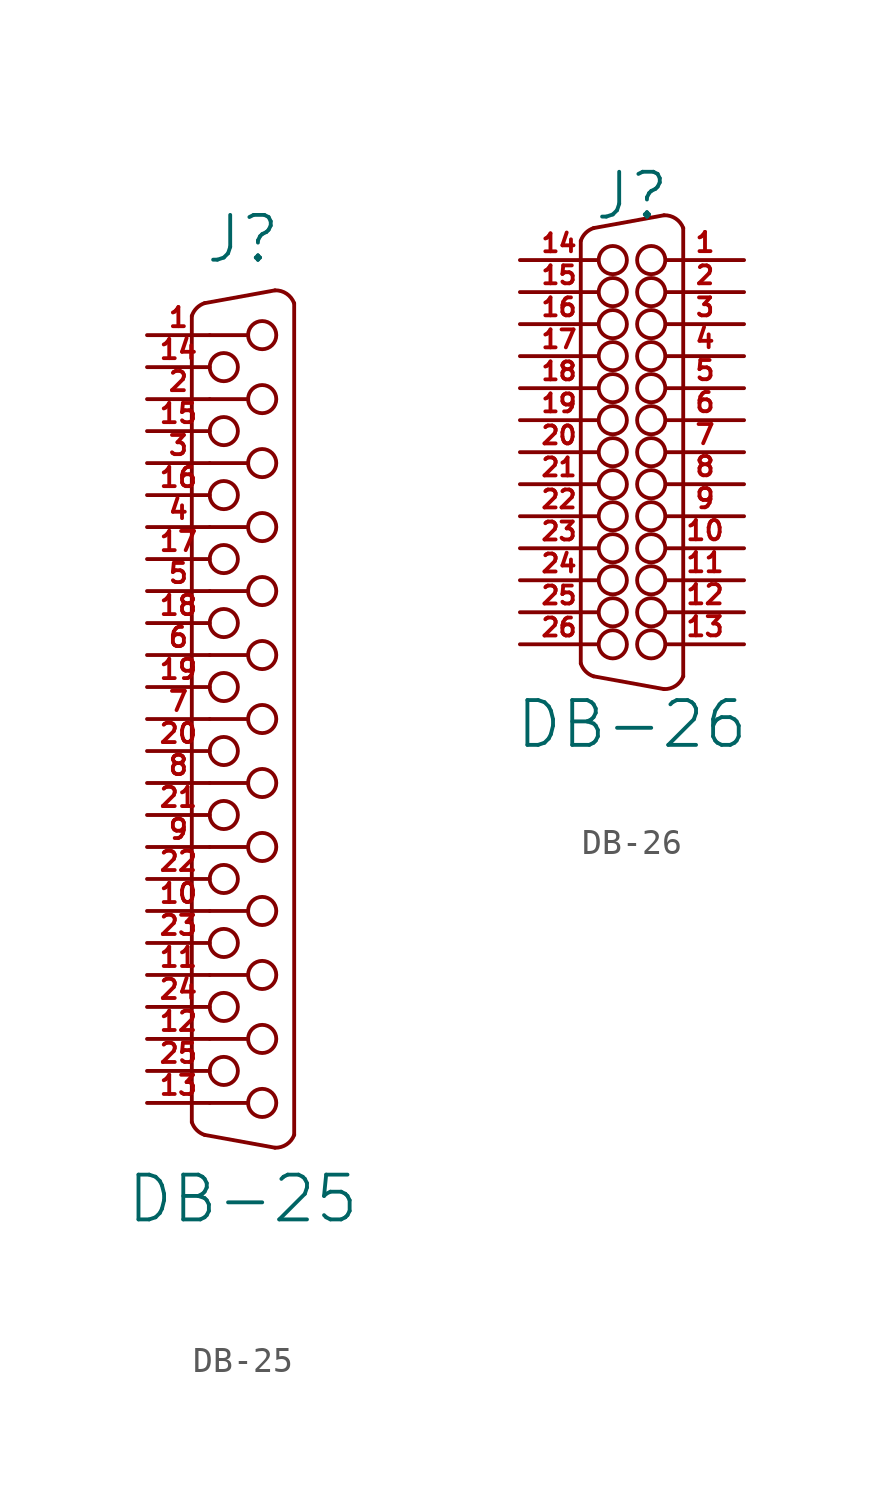
<source format=kicad_sym>
(kicad_symbol_lib
  (version 20201005)
  (generator kicad_symbol_editor)
  (symbol "DB-25"
    (pin_names
      (offset 1.016) hide)
    (property "Reference" "J"
      (at 0 19.05 0)
      (effects (font (size 1.778 1.778))))
    (property "Value" "DB-25"
      (at 0 -19.05 0)
      (effects (font (size 1.778 1.778))))
    (property "Footprint" ""
      (at 0 0 0)
      (effects (font (size 1.524 1.524))))
    (property "Datasheet" ""
      (at 0 0 0)
      (effects (font (size 1.524 1.524))))
    (symbol "DB-25_0_1"
      (arc (start -2.032 -16.002) (end -1.524 -16.51) (radius (at -1.27 -15.748) (length 0.7874) (angles -161.5 -108.4)) (stroke (width 0)) (fill (type none)))
      (arc (start -2.032 16.002) (end -1.524 16.51) (radius (at -1.27 15.748) (length 0.7874) (angles 161.5 108.4)) (stroke (width 0)) (fill (type none)))
      (arc (start 1.27 -17.018) (end 2.032 -16.51) (radius (at 1.2954 -16.2306) (length 0.7874) (angles -91.8 -20.7)) (stroke (width 0)) (fill (type none)))
      (arc (start 2.032 16.51) (end 1.27 17.018) (radius (at 1.2954 16.2306) (length 0.7874) (angles 20.7 91.8)) (stroke (width 0)) (fill (type none)))
      (circle (center -0.762 -13.97) (radius 0.559) (stroke (width 0)) (fill (type none)))
      (circle (center -0.762 -11.43) (radius 0.559) (stroke (width 0)) (fill (type none)))
      (circle (center -0.762 -8.89) (radius 0.559) (stroke (width 0)) (fill (type none)))
      (circle (center -0.762 -6.35) (radius 0.559) (stroke (width 0)) (fill (type none)))
      (circle (center -0.762 -3.81) (radius 0.559) (stroke (width 0)) (fill (type none)))
      (circle (center -0.762 -1.27) (radius 0.559) (stroke (width 0)) (fill (type none)))
      (circle (center -0.762 1.27) (radius 0.559) (stroke (width 0)) (fill (type none)))
      (circle (center -0.762 3.81) (radius 0.559) (stroke (width 0)) (fill (type none)))
      (circle (center -0.762 6.35) (radius 0.559) (stroke (width 0)) (fill (type none)))
      (circle (center -0.762 8.89) (radius 0.559) (stroke (width 0)) (fill (type none)))
      (circle (center -0.762 11.43) (radius 0.559) (stroke (width 0)) (fill (type none)))
      (circle (center -0.762 13.97) (radius 0.559) (stroke (width 0)) (fill (type none)))
      (circle (center 0.762 -15.24) (radius 0.559) (stroke (width 0)) (fill (type none)))
      (circle (center 0.762 -12.7) (radius 0.559) (stroke (width 0)) (fill (type none)))
      (circle (center 0.762 -10.16) (radius 0.559) (stroke (width 0)) (fill (type none)))
      (circle (center 0.762 -7.62) (radius 0.559) (stroke (width 0)) (fill (type none)))
      (circle (center 0.762 -5.08) (radius 0.559) (stroke (width 0)) (fill (type none)))
      (circle (center 0.762 -2.54) (radius 0.559) (stroke (width 0)) (fill (type none)))
      (circle (center 0.762 0) (radius 0.559) (stroke (width 0)) (fill (type none)))
      (circle (center 0.762 2.54) (radius 0.559) (stroke (width 0)) (fill (type none)))
      (circle (center 0.762 5.08) (radius 0.559) (stroke (width 0)) (fill (type none)))
      (circle (center 0.762 7.62) (radius 0.559) (stroke (width 0)) (fill (type none)))
      (circle (center 0.762 10.16) (radius 0.559) (stroke (width 0)) (fill (type none)))
      (circle (center 0.762 12.7) (radius 0.559) (stroke (width 0)) (fill (type none)))
      (circle (center 0.762 15.24) (radius 0.559) (stroke (width 0)) (fill (type none)))
      (polyline (pts (xy -1.321 -15.24) (xy 0.203 -15.24)) (stroke (width 0)) (fill (type none)))
      (polyline (pts (xy -1.321 -12.7) (xy 0.203 -12.7)) (stroke (width 0)) (fill (type none)))
      (polyline (pts (xy -1.321 -10.16) (xy 0.203 -10.16)) (stroke (width 0)) (fill (type none)))
      (polyline (pts (xy -1.321 -7.62) (xy 0.203 -7.62)) (stroke (width 0)) (fill (type none)))
      (polyline (pts (xy -1.321 -5.08) (xy 0.203 -5.08)) (stroke (width 0)) (fill (type none)))
      (polyline (pts (xy -1.321 -2.54) (xy 0.203 -2.54)) (stroke (width 0)) (fill (type none)))
      (polyline (pts (xy -1.321 0) (xy 0.203 0)) (stroke (width 0)) (fill (type none)))
      (polyline (pts (xy -1.321 2.54) (xy 0.203 2.54)) (stroke (width 0)) (fill (type none)))
      (polyline (pts (xy -1.321 5.08) (xy 0.203 5.08)) (stroke (width 0)) (fill (type none)))
      (polyline (pts (xy -1.321 7.62) (xy 0.203 7.62)) (stroke (width 0)) (fill (type none)))
      (polyline (pts (xy -1.321 10.16) (xy 0.203 10.16)) (stroke (width 0)) (fill (type none)))
      (polyline (pts (xy -1.321 12.7) (xy 0.203 12.7)) (stroke (width 0)) (fill (type none)))
      (polyline (pts (xy -1.321 15.24) (xy 0.203 15.24)) (stroke (width 0)) (fill (type none)))
      (polyline (pts (xy -2.032 16.002) (xy -2.032 -16.002) (xy -2.032 -16.002)) (stroke (width 0)) (fill (type none)))
      (polyline (pts (xy -1.524 -16.51) (xy 1.27 -17.018) (xy 1.27 -17.018)) (stroke (width 0)) (fill (type none)))
      (polyline (pts (xy -1.524 16.51) (xy 1.27 17.018) (xy 1.27 17.018)) (stroke (width 0)) (fill (type none)))
      (polyline (pts (xy 2.032 -16.51) (xy 2.032 16.51) (xy 2.032 16.51)) (stroke (width 0)) (fill (type none))))
    (symbol "DB-25_1_1"
      (pin passive line (at -3.81 15.24 0) (length 2.489) (name "~" (effects (font (size 0.762 0.762)))) (number "1" (effects (font (size 0.762 0.762)))))
      (pin passive line (at -3.81 -7.62 0) (length 2.489) (name "~" (effects (font (size 0.762 0.762)))) (number "10" (effects (font (size 0.762 0.762)))))
      (pin passive line (at -3.81 -10.16 0) (length 2.489) (name "~" (effects (font (size 0.762 0.762)))) (number "11" (effects (font (size 0.762 0.762)))))
      (pin passive line (at -3.81 -12.7 0) (length 2.489) (name "~" (effects (font (size 0.762 0.762)))) (number "12" (effects (font (size 0.762 0.762)))))
      (pin passive line (at -3.81 -15.24 0) (length 2.489) (name "~" (effects (font (size 0.762 0.762)))) (number "13" (effects (font (size 0.762 0.762)))))
      (pin passive line (at -3.81 13.97 0) (length 2.489) (name "~" (effects (font (size 0.762 0.762)))) (number "14" (effects (font (size 0.762 0.762)))))
      (pin passive line (at -3.81 11.43 0) (length 2.489) (name "~" (effects (font (size 0.762 0.762)))) (number "15" (effects (font (size 0.762 0.762)))))
      (pin passive line (at -3.81 8.89 0) (length 2.489) (name "~" (effects (font (size 0.762 0.762)))) (number "16" (effects (font (size 0.762 0.762)))))
      (pin passive line (at -3.81 6.35 0) (length 2.489) (name "~" (effects (font (size 0.762 0.762)))) (number "17" (effects (font (size 0.762 0.762)))))
      (pin passive line (at -3.81 3.81 0) (length 2.489) (name "~" (effects (font (size 0.762 0.762)))) (number "18" (effects (font (size 0.762 0.762)))))
      (pin passive line (at -3.81 1.27 0) (length 2.489) (name "~" (effects (font (size 0.762 0.762)))) (number "19" (effects (font (size 0.762 0.762)))))
      (pin passive line (at -3.81 12.7 0) (length 2.489) (name "~" (effects (font (size 0.762 0.762)))) (number "2" (effects (font (size 0.762 0.762)))))
      (pin passive line (at -3.81 -1.27 0) (length 2.489) (name "~" (effects (font (size 0.762 0.762)))) (number "20" (effects (font (size 0.762 0.762)))))
      (pin passive line (at -3.81 -3.81 0) (length 2.489) (name "~" (effects (font (size 0.762 0.762)))) (number "21" (effects (font (size 0.762 0.762)))))
      (pin passive line (at -3.81 -6.35 0) (length 2.489) (name "~" (effects (font (size 0.762 0.762)))) (number "22" (effects (font (size 0.762 0.762)))))
      (pin passive line (at -3.81 -8.89 0) (length 2.489) (name "~" (effects (font (size 0.762 0.762)))) (number "23" (effects (font (size 0.762 0.762)))))
      (pin passive line (at -3.81 -11.43 0) (length 2.489) (name "~" (effects (font (size 0.762 0.762)))) (number "24" (effects (font (size 0.762 0.762)))))
      (pin passive line (at -3.81 -13.97 0) (length 2.489) (name "~" (effects (font (size 0.762 0.762)))) (number "25" (effects (font (size 0.762 0.762)))))
      (pin passive line (at -3.81 10.16 0) (length 2.489) (name "~" (effects (font (size 0.762 0.762)))) (number "3" (effects (font (size 0.762 0.762)))))
      (pin passive line (at -3.81 7.62 0) (length 2.489) (name "~" (effects (font (size 0.762 0.762)))) (number "4" (effects (font (size 0.762 0.762)))))
      (pin passive line (at -3.81 5.08 0) (length 2.489) (name "~" (effects (font (size 0.762 0.762)))) (number "5" (effects (font (size 0.762 0.762)))))
      (pin passive line (at -3.81 2.54 0) (length 2.489) (name "~" (effects (font (size 0.762 0.762)))) (number "6" (effects (font (size 0.762 0.762)))))
      (pin passive line (at -3.81 0 0) (length 2.489) (name "~" (effects (font (size 0.762 0.762)))) (number "7" (effects (font (size 0.762 0.762)))))
      (pin passive line (at -3.81 -2.54 0) (length 2.489) (name "~" (effects (font (size 0.762 0.762)))) (number "8" (effects (font (size 0.762 0.762)))))
      (pin passive line (at -3.81 -5.08 0) (length 2.489) (name "~" (effects (font (size 0.762 0.762)))) (number "9" (effects (font (size 0.762 0.762)))))))
  (symbol "DB-26"
    (pin_names
      (offset 1.016) hide)
    (property "Reference" "J"
      (at 0 10.16 0)
      (effects (font (size 1.778 1.778))))
    (property "Value" "DB-26"
      (at 0 -10.795 0)
      (effects (font (size 1.778 1.778))))
    (property "Footprint" ""
      (at 0 0 0)
      (effects (font (size 1.524 1.524))))
    (property "Datasheet" ""
      (at 0 0 0)
      (effects (font (size 1.524 1.524))))
    (symbol "DB-26_0_1"
      (arc (start -2.032 -8.382) (end -1.524 -8.89) (radius (at -1.27 -8.128) (length 0.7874) (angles -161.5 -108.4)) (stroke (width 0)) (fill (type none)))
      (arc (start -2.032 8.382) (end -1.524 8.89) (radius (at -1.27 8.128) (length 0.7874) (angles 161.5 108.4)) (stroke (width 0)) (fill (type none)))
      (arc (start 1.27 -9.398) (end 2.032 -8.89) (radius (at 1.2954 -8.6106) (length 0.7874) (angles -91.8 -20.7)) (stroke (width 0)) (fill (type none)))
      (arc (start 2.032 8.89) (end 1.27 9.398) (radius (at 1.2954 8.6106) (length 0.7874) (angles 20.7 91.8)) (stroke (width 0)) (fill (type none)))
      (circle (center -0.762 -7.62) (radius 0.559) (stroke (width 0)) (fill (type none)))
      (circle (center -0.762 -6.35) (radius 0.559) (stroke (width 0)) (fill (type none)))
      (circle (center -0.762 -5.08) (radius 0.559) (stroke (width 0)) (fill (type none)))
      (circle (center -0.762 -3.81) (radius 0.559) (stroke (width 0)) (fill (type none)))
      (circle (center -0.762 -2.54) (radius 0.559) (stroke (width 0)) (fill (type none)))
      (circle (center -0.762 -1.27) (radius 0.559) (stroke (width 0)) (fill (type none)))
      (circle (center -0.762 0) (radius 0.559) (stroke (width 0)) (fill (type none)))
      (circle (center -0.762 1.27) (radius 0.559) (stroke (width 0)) (fill (type none)))
      (circle (center -0.762 2.54) (radius 0.559) (stroke (width 0)) (fill (type none)))
      (circle (center -0.762 3.81) (radius 0.559) (stroke (width 0)) (fill (type none)))
      (circle (center -0.762 5.08) (radius 0.559) (stroke (width 0)) (fill (type none)))
      (circle (center -0.762 6.35) (radius 0.559) (stroke (width 0)) (fill (type none)))
      (circle (center -0.762 7.62) (radius 0.559) (stroke (width 0)) (fill (type none)))
      (circle (center 0.762 -7.62) (radius 0.559) (stroke (width 0)) (fill (type none)))
      (circle (center 0.762 -6.35) (radius 0.559) (stroke (width 0)) (fill (type none)))
      (circle (center 0.762 -5.08) (radius 0.559) (stroke (width 0)) (fill (type none)))
      (circle (center 0.762 -3.81) (radius 0.559) (stroke (width 0)) (fill (type none)))
      (circle (center 0.762 -2.54) (radius 0.559) (stroke (width 0)) (fill (type none)))
      (circle (center 0.762 -1.27) (radius 0.559) (stroke (width 0)) (fill (type none)))
      (circle (center 0.762 0) (radius 0.559) (stroke (width 0)) (fill (type none)))
      (circle (center 0.762 1.27) (radius 0.559) (stroke (width 0)) (fill (type none)))
      (circle (center 0.762 2.54) (radius 0.559) (stroke (width 0)) (fill (type none)))
      (circle (center 0.762 3.81) (radius 0.559) (stroke (width 0)) (fill (type none)))
      (circle (center 0.762 5.08) (radius 0.559) (stroke (width 0)) (fill (type none)))
      (circle (center 0.762 6.35) (radius 0.559) (stroke (width 0)) (fill (type none)))
      (circle (center 0.762 7.62) (radius 0.559) (stroke (width 0)) (fill (type none)))
      (polyline (pts (xy -2.032 -8.382) (xy -2.032 8.382)) (stroke (width 0)) (fill (type none)))
      (polyline (pts (xy 2.032 8.89) (xy 2.032 -8.89)) (stroke (width 0)) (fill (type none)))
      (polyline (pts (xy -1.524 -8.89) (xy 1.27 -9.398) (xy 1.27 -9.398)) (stroke (width 0)) (fill (type none)))
      (polyline (pts (xy -1.524 8.89) (xy 1.27 9.398) (xy 1.27 9.398)) (stroke (width 0)) (fill (type none))))
    (symbol "DB-26_1_1"
      (pin passive line (at 4.445 7.62 180) (length 3.099) (name "~" (effects (font (size 0.762 0.762)))) (number "1" (effects (font (size 0.762 0.762)))))
      (pin passive line (at 4.445 -3.81 180) (length 3.099) (name "~" (effects (font (size 0.762 0.762)))) (number "10" (effects (font (size 0.762 0.762)))))
      (pin passive line (at 4.445 -5.08 180) (length 3.099) (name "~" (effects (font (size 0.762 0.762)))) (number "11" (effects (font (size 0.762 0.762)))))
      (pin passive line (at 4.445 -6.35 180) (length 3.099) (name "~" (effects (font (size 0.762 0.762)))) (number "12" (effects (font (size 0.762 0.762)))))
      (pin passive line (at 4.445 -7.62 180) (length 3.099) (name "~" (effects (font (size 0.762 0.762)))) (number "13" (effects (font (size 0.762 0.762)))))
      (pin passive line (at -4.445 7.62 0) (length 3.099) (name "~" (effects (font (size 0.711 0.711)))) (number "14" (effects (font (size 0.711 0.711)))))
      (pin passive line (at -4.445 6.35 0) (length 3.099) (name "~" (effects (font (size 0.711 0.711)))) (number "15" (effects (font (size 0.711 0.711)))))
      (pin passive line (at -4.445 5.08 0) (length 3.099) (name "~" (effects (font (size 0.711 0.711)))) (number "16" (effects (font (size 0.711 0.711)))))
      (pin passive line (at -4.445 3.81 0) (length 3.099) (name "~" (effects (font (size 0.711 0.711)))) (number "17" (effects (font (size 0.711 0.711)))))
      (pin passive line (at -4.445 2.54 0) (length 3.099) (name "~" (effects (font (size 0.711 0.711)))) (number "18" (effects (font (size 0.711 0.711)))))
      (pin passive line (at -4.445 1.27 0) (length 3.099) (name "~" (effects (font (size 0.711 0.711)))) (number "19" (effects (font (size 0.711 0.711)))))
      (pin passive line (at 4.445 6.35 180) (length 3.099) (name "~" (effects (font (size 0.711 0.711)))) (number "2" (effects (font (size 0.711 0.711)))))
      (pin passive line (at -4.445 0 0) (length 3.099) (name "~" (effects (font (size 0.711 0.711)))) (number "20" (effects (font (size 0.711 0.711)))))
      (pin passive line (at -4.445 -1.27 0) (length 3.099) (name "~" (effects (font (size 0.711 0.711)))) (number "21" (effects (font (size 0.711 0.711)))))
      (pin passive line (at -4.445 -2.54 0) (length 3.099) (name "~" (effects (font (size 0.711 0.711)))) (number "22" (effects (font (size 0.711 0.711)))))
      (pin passive line (at -4.445 -3.81 0) (length 3.099) (name "~" (effects (font (size 0.711 0.711)))) (number "23" (effects (font (size 0.711 0.711)))))
      (pin passive line (at -4.445 -5.08 0) (length 3.099) (name "~" (effects (font (size 0.711 0.711)))) (number "24" (effects (font (size 0.711 0.711)))))
      (pin passive line (at -4.445 -6.35 0) (length 3.099) (name "~" (effects (font (size 0.711 0.711)))) (number "25" (effects (font (size 0.711 0.711)))))
      (pin passive line (at -4.445 -7.62 0) (length 3.099) (name "~" (effects (font (size 0.711 0.711)))) (number "26" (effects (font (size 0.711 0.711)))))
      (pin passive line (at 4.445 5.08 180) (length 3.099) (name "~" (effects (font (size 0.711 0.711)))) (number "3" (effects (font (size 0.711 0.711)))))
      (pin passive line (at 4.445 3.81 180) (length 3.099) (name "~" (effects (font (size 0.762 0.762)))) (number "4" (effects (font (size 0.762 0.762)))))
      (pin passive line (at 4.445 2.54 180) (length 3.099) (name "~" (effects (font (size 0.762 0.762)))) (number "5" (effects (font (size 0.762 0.762)))))
      (pin passive line (at 4.445 1.27 180) (length 3.099) (name "~" (effects (font (size 0.762 0.762)))) (number "6" (effects (font (size 0.762 0.762)))))
      (pin passive line (at 4.445 0 180) (length 3.099) (name "~" (effects (font (size 0.762 0.762)))) (number "7" (effects (font (size 0.762 0.762)))))
      (pin passive line (at 4.445 -1.27 180) (length 3.099) (name "~" (effects (font (size 0.762 0.762)))) (number "8" (effects (font (size 0.762 0.762)))))
      (pin passive line (at 4.445 -2.54 180) (length 3.099) (name "~" (effects (font (size 0.762 0.762)))) (number "9" (effects (font (size 0.762 0.762))))))))
</source>
